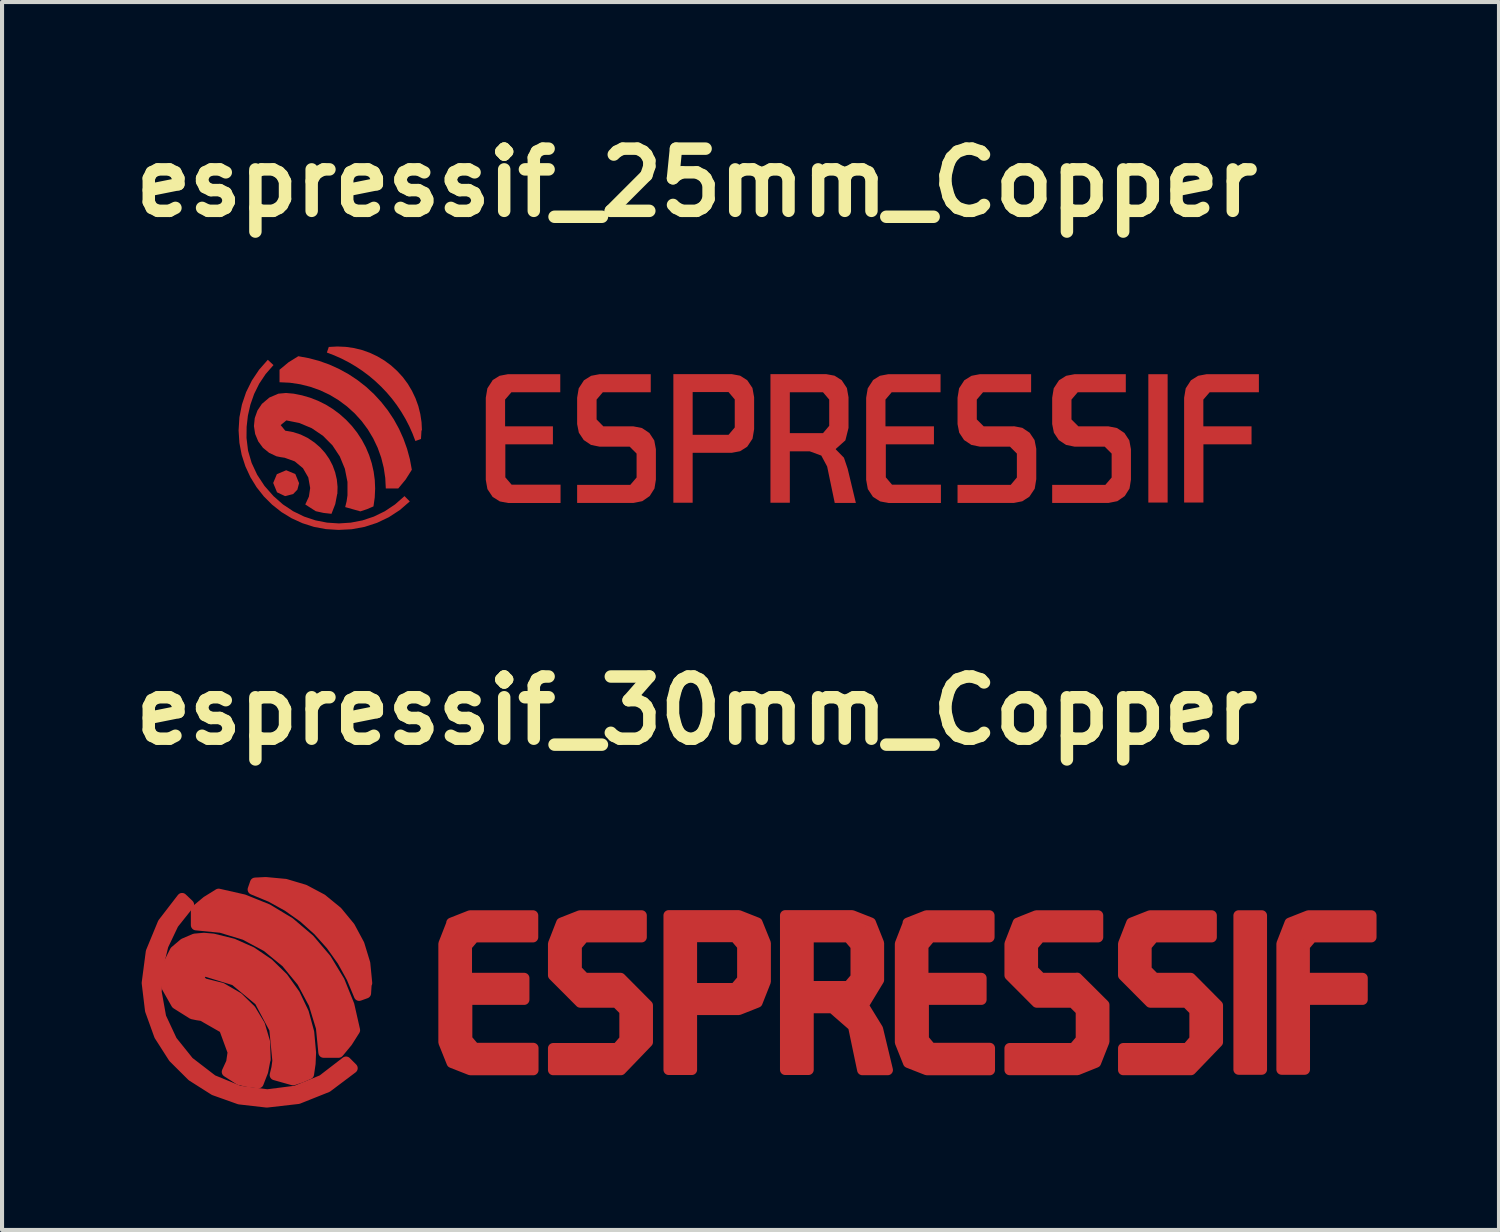
<source format=kicad_pcb>
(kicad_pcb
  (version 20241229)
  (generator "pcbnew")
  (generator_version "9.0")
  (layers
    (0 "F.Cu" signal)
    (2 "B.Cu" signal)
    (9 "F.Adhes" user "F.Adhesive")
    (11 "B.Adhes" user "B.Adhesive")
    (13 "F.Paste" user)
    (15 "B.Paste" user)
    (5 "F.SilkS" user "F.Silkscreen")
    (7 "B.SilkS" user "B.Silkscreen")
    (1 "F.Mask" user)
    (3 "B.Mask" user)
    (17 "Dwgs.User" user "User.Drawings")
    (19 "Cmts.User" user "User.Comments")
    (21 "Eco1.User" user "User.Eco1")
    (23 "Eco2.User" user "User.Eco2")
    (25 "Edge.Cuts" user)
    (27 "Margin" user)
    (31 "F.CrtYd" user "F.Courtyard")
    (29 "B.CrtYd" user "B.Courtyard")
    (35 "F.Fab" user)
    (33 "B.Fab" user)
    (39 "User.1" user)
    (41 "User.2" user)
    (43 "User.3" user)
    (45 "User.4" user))
  (footprint "espressif_25mm_Copper"
    (layer "F.Cu")
    (at 14.021 8.473)
    (property "Reference" "espressif_25mm_Copper" (at 0 -7.046 0) (layer "F.SilkS") (effects (font (size 1.524 1.524) (thickness 0.305))))
    (attr exclude_from_pos_files exclude_from_bom)
    (fp_poly (pts (xy 11.066 -2.354) (xy 11.539 -2.354) (xy 11.539 0.791) (xy 11.066 0.791) (xy 11.066 -2.354)) (stroke (width 0) (type solid)) (fill yes) (layer "F.Cu"))
    (fp_poly (pts (xy -9.743 0.316) (xy -9.784 0.474) (xy -9.888 0.583) (xy -10.086 0.633) (xy -10.283 0.54) (xy -10.377 0.311) (xy -10.287 0.095) (xy -10.059 -0.001) (xy -9.835 0.092) (xy -9.743 0.316)) (stroke (width 0) (type solid)) (fill yes) (layer "F.Cu"))
    (fp_poly (pts (xy 12.576 -1.911) (xy 13.775 -1.911) (xy 13.775 -2.354) (xy 12.491 -2.354) (xy 12.286 -2.315) (xy 12.11 -2.205) (xy 11.982 -2.008) (xy 11.943 -1.777) (xy 11.943 0.791) (xy 12.416 0.791) (xy 12.416 -0.636) (xy 13.595 -0.636) (xy 13.595 -1.077) (xy 12.414 -1.077) (xy 12.414 -1.732) (xy 12.414 -1.732) (xy 12.568 -1.911) (xy 12.576 -1.911)) (stroke (width 0) (type solid)) (fill yes) (layer "F.Cu"))
    (fp_poly (pts (xy 0.859 -2.356) (xy 0.78 -1.916) (xy 0.932 -1.736) (xy 0.932 -1.049) (xy 0.78 -0.869) (xy -0.099 -0.869) (xy -0.099 -1.916) (xy 0.78 -1.916) (xy 0.859 -2.356) (xy -0.572 -2.356) (xy -0.572 0.795) (xy -0.099 0.795) (xy -0.099 -0.428) (xy 0.859 -0.428) (xy 1.063 -0.467) (xy 1.238 -0.578) (xy 1.368 -0.774) (xy 1.407 -1.006) (xy 1.407 -1.789) (xy 1.366 -2.016) (xy 1.238 -2.207) (xy 1.063 -2.318) (xy 0.859 -2.356)) (stroke (width 0) (type solid)) (fill yes) (layer "F.Cu"))
    (fp_poly (pts (xy 4.319 -2.205) (xy 4.191 -2.008) (xy 4.152 -1.777) (xy 4.152 0.235) (xy 4.193 0.461) (xy 4.319 0.652) (xy 4.496 0.763) (xy 4.7 0.802) (xy 5.984 0.802) (xy 5.984 0.353) (xy 4.786 0.353) (xy 4.634 0.173) (xy 4.634 -0.636) (xy 5.813 -0.636) (xy 5.813 -1.077) (xy 4.625 -1.077) (xy 4.625 -1.732) (xy 4.777 -1.911) (xy 5.975 -1.911) (xy 5.975 -2.354) (xy 4.692 -2.354) (xy 4.487 -2.315) (xy 4.311 -2.205) (xy 4.319 -2.205)) (stroke (width 0) (type solid)) (fill yes) (layer "F.Cu"))
    (fp_poly (pts (xy -5.001 -2.205) (xy -5.129 -2.008) (xy -5.168 -1.777) (xy -5.168 0.235) (xy -5.128 0.461) (xy -5.001 0.652) (xy -4.825 0.763) (xy -4.62 0.802) (xy -3.336 0.802) (xy -3.336 0.353) (xy -4.535 0.353) (xy -4.689 0.173) (xy -4.689 0.173) (xy -4.689 -0.636) (xy -3.523 -0.636) (xy -3.523 -1.077) (xy -4.695 -1.077) (xy -4.695 -1.732) (xy -4.541 -1.911) (xy -3.343 -1.911) (xy -3.343 -2.354) (xy -4.627 -2.354) (xy -4.831 -2.315) (xy -5.008 -2.205) (xy -5.001 -2.205)) (stroke (width 0) (type solid)) (fill yes) (layer "F.Cu"))
    (fp_poly (pts (xy 3.408 -0.523) (xy 3.095 -0.91) (xy 2.282 -0.91) (xy 2.282 -1.911) (xy 3.095 -1.911) (xy 3.247 -1.732) (xy 3.247 -1.732) (xy 3.247 -1.09) (xy 3.247 -1.09) (xy 3.095 -0.91) (xy 3.408 -0.523) (xy 3.643 -0.733) (xy 3.72 -1.038) (xy 3.72 -1.789) (xy 3.68 -2.015) (xy 3.553 -2.207) (xy 3.377 -2.318) (xy 3.172 -2.356) (xy 1.807 -2.356) (xy 1.807 0.795) (xy 2.282 0.795) (xy 2.282 -0.465) (xy 2.768 -0.465) (xy 3.053 -0.36) (xy 3.196 -0.093) (xy 3.382 0.8) (xy 3.9 0.8) (xy 3.699 -0.037) (xy 3.608 -0.308) (xy 3.408 -0.512) (xy 3.408 -0.523)) (stroke (width 0) (type solid)) (fill yes) (layer "F.Cu"))
    (fp_poly (pts (xy 10.086 -1.077) (xy 9.352 -1.077) (xy 9.183 -1.246) (xy 9.183 -1.732) (xy 9.335 -1.911) (xy 10.514 -1.911) (xy 10.514 -2.354) (xy 9.258 -2.354) (xy 9.053 -2.315) (xy 8.877 -2.205) (xy 8.748 -2.008) (xy 8.71 -1.777) (xy 8.71 -1.132) (xy 8.752 -0.921) (xy 8.871 -0.741) (xy 9.051 -0.621) (xy 9.262 -0.578) (xy 9.998 -0.578) (xy 10.167 -0.409) (xy 10.167 0.177) (xy 10.013 0.357) (xy 8.71 0.357) (xy 8.71 0.8) (xy 10.092 0.8) (xy 10.307 0.757) (xy 10.488 0.632) (xy 10.605 0.447) (xy 10.64 0.231) (xy 10.64 -0.518) (xy 10.6 -0.732) (xy 10.48 -0.914) (xy 10.299 -1.035) (xy 10.086 -1.077)) (stroke (width 0) (type solid)) (fill yes) (layer "F.Cu"))
    (fp_poly (pts (xy -1.554 -1.077) (xy -2.288 -1.077) (xy -2.453 -1.246) (xy -2.453 -1.246) (xy -2.453 -1.732) (xy -2.453 -1.732) (xy -2.301 -1.911) (xy -1.126 -1.911) (xy -1.126 -2.354) (xy -2.382 -2.354) (xy -2.587 -2.315) (xy -2.763 -2.205) (xy -2.891 -2.008) (xy -2.93 -1.777) (xy -2.93 -1.132) (xy -2.888 -0.921) (xy -2.768 -0.741) (xy -2.589 -0.621) (xy -2.378 -0.578) (xy -1.642 -0.578) (xy -1.473 -0.409) (xy -1.473 0.177) (xy -1.627 0.357) (xy -2.93 0.357) (xy -2.93 0.8) (xy -1.548 0.8) (xy -1.333 0.757) (xy -1.152 0.632) (xy -1.035 0.447) (xy -1 0.231) (xy -1 -0.518) (xy -1.04 -0.732) (xy -1.16 -0.914) (xy -1.341 -1.035) (xy -1.554 -1.077)) (stroke (width 0) (type solid)) (fill yes) (layer "F.Cu"))
    (fp_poly (pts (xy 7.766 -1.077) (xy 7.032 -1.077) (xy 6.863 -1.246) (xy 6.863 -1.246) (xy 6.863 -1.732) (xy 6.863 -1.732) (xy 7.015 -1.911) (xy 8.194 -1.911) (xy 8.194 -2.354) (xy 6.936 -2.354) (xy 6.733 -2.315) (xy 6.557 -2.205) (xy 6.429 -2.008) (xy 6.391 -1.777) (xy 6.391 -1.132) (xy 6.432 -0.921) (xy 6.551 -0.741) (xy 6.731 -0.621) (xy 6.943 -0.578) (xy 7.676 -0.578) (xy 7.845 -0.409) (xy 7.845 0.177) (xy 7.694 0.357) (xy 6.391 0.357) (xy 6.391 0.8) (xy 7.773 0.8) (xy 7.977 0.76) (xy 8.151 0.648) (xy 8.282 0.452) (xy 8.32 0.22) (xy 8.32 -0.529) (xy 8.278 -0.741) (xy 8.158 -0.92) (xy 7.978 -1.04) (xy 7.766 -1.081) (xy 7.766 -1.077)) (stroke (width 0) (type solid)) (fill yes) (layer "F.Cu"))
    (fp_poly (pts (xy -6.732 -0.974) (xy -6.742 -1.177) (xy -6.772 -1.377) (xy -6.821 -1.574) (xy -6.89 -1.764) (xy -6.977 -1.947) (xy -7.081 -2.121) (xy -7.202 -2.284) (xy -7.339 -2.433) (xy -7.489 -2.569) (xy -7.652 -2.689) (xy -7.827 -2.793) (xy -8.01 -2.879) (xy -8.201 -2.947) (xy -8.398 -2.995) (xy -8.599 -3.024) (xy -8.801 -3.033) (xy -9.015 -3.022) (xy -9.062 -2.885) (xy -8.877 -2.814) (xy -8.696 -2.733) (xy -8.52 -2.642) (xy -8.349 -2.541) (xy -8.185 -2.431) (xy -8.026 -2.312) (xy -7.875 -2.184) (xy -7.731 -2.048) (xy -7.594 -1.904) (xy -7.466 -1.753) (xy -7.347 -1.595) (xy -7.237 -1.43) (xy -7.136 -1.259) (xy -7.045 -1.083) (xy -6.964 -0.902) (xy -6.893 -0.717) (xy -6.756 -0.767) (xy -6.743 -0.981) (xy -6.732 -0.974)) (stroke (width 0) (type solid)) (fill yes) (layer "F.Cu"))
    (fp_poly (pts (xy -6.98 -0.013) (xy -7.028 -0.273) (xy -7.097 -0.527) (xy -7.186 -0.775) (xy -7.294 -1.015) (xy -7.421 -1.246) (xy -7.567 -1.466) (xy -7.73 -1.673) (xy -7.908 -1.867) (xy -8.102 -2.046) (xy -8.309 -2.208) (xy -8.529 -2.354) (xy -8.76 -2.481) (xy -9 -2.59) (xy -9.248 -2.679) (xy -9.503 -2.747) (xy -9.762 -2.795) (xy -10.003 -2.645) (xy -10.222 -2.463) (xy -10.222 -2.157) (xy -9.967 -2.145) (xy -9.714 -2.107) (xy -9.467 -2.045) (xy -9.226 -1.959) (xy -8.995 -1.85) (xy -8.776 -1.718) (xy -8.571 -1.566) (xy -8.382 -1.395) (xy -8.21 -1.206) (xy -8.058 -1.001) (xy -7.927 -0.782) (xy -7.817 -0.551) (xy -7.731 -0.311) (xy -7.669 -0.063) (xy -7.631 0.19) (xy -7.618 0.445) (xy -7.312 0.445) (xy -7.131 0.226) (xy -6.98 -0.013)) (stroke (width 0) (type solid)) (fill yes) (layer "F.Cu"))
    (fp_poly (pts (xy -8.778 1.461) (xy -9.084 1.442) (xy -9.379 1.387) (xy -9.66 1.297) (xy -9.925 1.176) (xy -10.173 1.025) (xy -10.4 0.846) (xy -10.604 0.643) (xy -10.783 0.417) (xy -10.935 0.17) (xy -11.058 -0.095) (xy -11.149 -0.376) (xy -11.205 -0.67) (xy -11.225 -0.976) (xy -11.205 -1.298) (xy -11.143 -1.612) (xy -11.041 -1.914) (xy -10.9 -2.199) (xy -10.722 -2.465) (xy -10.509 -2.707) (xy -10.37 -2.577) (xy -10.562 -2.358) (xy -10.72 -2.121) (xy -10.844 -1.87) (xy -10.936 -1.607) (xy -10.997 -1.338) (xy -11.028 -1.065) (xy -11.031 -0.793) (xy -10.993 -0.481) (xy -10.905 -0.179) (xy -10.769 0.111) (xy -10.59 0.383) (xy -10.37 0.633) (xy -10.138 0.837) (xy -9.887 1.004) (xy -9.62 1.134) (xy -9.342 1.227) (xy -9.056 1.283) (xy -8.766 1.302) (xy -8.476 1.283) (xy -8.19 1.228) (xy -7.911 1.135) (xy -7.644 1.005) (xy -7.392 0.837) (xy -7.16 0.633) (xy -7.03 0.763) (xy -7.275 0.975) (xy -7.544 1.15) (xy -7.833 1.288) (xy -8.138 1.387) (xy -8.454 1.445) (xy -8.778 1.461)) (stroke (width 0) (type solid)) (fill yes) (layer "F.Cu"))
    (fp_poly (pts (xy -8.805 0.586) (xy -8.8 0.406) (xy -8.818 0.226) (xy -8.859 0.05) (xy -8.921 -0.119) (xy -9.004 -0.279) (xy -9.107 -0.427) (xy -9.227 -0.561) (xy -9.364 -0.679) (xy -9.526 -0.789) (xy -9.702 -0.875) (xy -9.888 -0.936) (xy -10.081 -0.97) (xy -10.194 -1.107) (xy -10.055 -1.222) (xy -9.733 -1.157) (xy -9.431 -1.03) (xy -9.159 -0.846) (xy -8.927 -0.613) (xy -8.746 -0.34) (xy -8.621 -0.037) (xy -8.557 0.285) (xy -8.557 0.614) (xy -8.578 0.759) (xy -8.613 0.902) (xy -8.241 1.007) (xy -8.078 0.953) (xy -7.92 0.885) (xy -7.889 0.667) (xy -7.879 0.447) (xy -7.888 0.238) (xy -7.916 0.032) (xy -7.962 -0.171) (xy -8.026 -0.37) (xy -8.107 -0.562) (xy -8.205 -0.746) (xy -8.319 -0.921) (xy -8.447 -1.084) (xy -8.59 -1.236) (xy -8.746 -1.375) (xy -8.913 -1.5) (xy -9.09 -1.609) (xy -9.277 -1.702) (xy -9.471 -1.778) (xy -9.671 -1.836) (xy -9.875 -1.877) (xy -10.063 -1.894) (xy -10.25 -1.877) (xy -10.471 -1.782) (xy -10.654 -1.627) (xy -10.763 -1.464) (xy -10.829 -1.279) (xy -10.849 -1.083) (xy -10.819 -0.889) (xy -10.744 -0.708) (xy -10.627 -0.55) (xy -10.475 -0.426) (xy -10.297 -0.343) (xy -10.197 -0.322) (xy -10.096 -0.307) (xy -9.849 -0.218) (xy -9.648 -0.051) (xy -9.517 0.176) (xy -9.471 0.434) (xy -9.502 0.645) (xy -9.591 0.838) (xy -9.334 1.003) (xy -9.143 1.045) (xy -8.949 1.067) (xy -8.856 0.828) (xy -8.808 0.575) (xy -8.805 0.586)) (stroke (width 0) (type solid)) (fill yes) (layer "F.Cu")))
  (footprint "espressif_30mm_Copper"
    (layer "F.Cu")
    (at 14.021 22.207)
    (property "Reference" "espressif_30mm_Copper" (at 0 -7.846 0) (layer "F.SilkS") (effects (font (size 1.524 1.524) (thickness 0.305))))
    (attr exclude_from_pos_files exclude_from_bom)
    (fp_poly (pts (xy -11.691 0.379) (xy -12.071 -0.001) (xy -11.691 0.379)) (stroke (width 0.257) (type solid)) (fill yes) (layer "F.Cu"))
    (fp_poly (pts (xy 13.279 -2.825) (xy 13.846 -2.825) (xy 13.846 0.949) (xy 13.279 0.949) (xy 13.279 -2.825)) (stroke (width 0.257) (type solid)) (fill yes) (layer "F.Cu"))
    (fp_poly (pts (xy 15.092 -2.294) (xy 16.529 -2.294) (xy 16.529 -2.825) (xy 14.989 -2.825) (xy 14.532 -2.645) (xy 14.332 -2.132) (xy 14.332 0.949) (xy 14.899 0.949) (xy 14.899 -0.763) (xy 16.314 -0.763) (xy 16.314 -1.292) (xy 14.896 -1.292) (xy 14.896 -2.078) (xy 14.896 -2.078) (xy 15.081 -2.294) (xy 15.092 -2.294)) (stroke (width 0.257) (type solid)) (fill yes) (layer "F.Cu"))
    (fp_poly (pts (xy -6.001 -2.645) (xy -6.202 -2.132) (xy -6.202 0.282) (xy -6.001 0.783) (xy -5.544 0.962) (xy -4.004 0.962) (xy -4.004 0.423) (xy -5.442 0.423) (xy -5.442 0.423) (xy -5.626 0.207) (xy -5.626 -0.763) (xy -4.227 -0.763) (xy -4.227 -1.292) (xy -5.634 -1.292) (xy -5.634 -2.078) (xy -5.449 -2.294) (xy -4.011 -2.294) (xy -4.011 -2.825) (xy -5.552 -2.825) (xy -6.009 -2.645) (xy -6.001 -2.645)) (stroke (width 0.257) (type solid)) (fill yes) (layer "F.Cu"))
    (fp_poly (pts (xy 1.031 -2.828) (xy 0.936 -2.299) (xy 1.119 -2.083) (xy 1.119 -1.259) (xy 0.936 -1.043) (xy -0.119 -1.043) (xy -0.119 -2.299) (xy 0.936 -2.299) (xy 1.031 -2.828) (xy -0.686 -2.828) (xy -0.686 0.955) (xy -0.119 0.955) (xy -0.119 -0.514) (xy 1.031 -0.514) (xy 1.486 -0.694) (xy 1.689 -1.207) (xy 1.689 -1.207) (xy 1.689 -2.147) (xy 1.689 -2.147) (xy 1.486 -2.648) (xy 1.031 -2.828)) (stroke (width 0.257) (type solid)) (fill yes) (layer "F.Cu"))
    (fp_poly (pts (xy -8.079 -1.169) (xy -8.126 -1.652) (xy -8.268 -2.117) (xy -8.498 -2.545) (xy -8.807 -2.92) (xy -9.183 -3.227) (xy -9.612 -3.455) (xy -10.078 -3.594) (xy -10.561 -3.639) (xy -10.818 -3.626) (xy -10.875 -3.462) (xy -10.435 -3.28) (xy -10.019 -3.05) (xy -9.631 -2.775) (xy -9.277 -2.458) (xy -8.96 -2.103) (xy -8.684 -1.716) (xy -8.454 -1.3) (xy -8.271 -0.861) (xy -8.107 -0.92) (xy -8.091 -1.177) (xy -8.079 -1.169)) (stroke (width 0.257) (type solid)) (fill yes) (layer "F.Cu"))
    (fp_poly (pts (xy 5.183 -2.645) (xy 4.983 -2.132) (xy 4.983 -2.132) (xy 4.983 0.282) (xy 4.983 0.282) (xy 5.183 0.783) (xy 5.64 0.962) (xy 7.181 0.962) (xy 7.181 0.423) (xy 5.743 0.423) (xy 5.561 0.207) (xy 5.561 -0.763) (xy 6.975 -0.763) (xy 6.975 -1.292) (xy 5.55 -1.292) (xy 5.55 -2.078) (xy 5.733 -2.294) (xy 7.17 -2.294) (xy 7.17 -2.825) (xy 5.63 -2.825) (xy 5.173 -2.645) (xy 5.183 -2.645)) (stroke (width 0.257) (type solid)) (fill yes) (layer "F.Cu"))
    (fp_poly (pts (xy -8.376 -0.016) (xy -8.516 -0.632) (xy -8.753 -1.219) (xy -9.08 -1.759) (xy -9.49 -2.241) (xy -9.971 -2.65) (xy -10.512 -2.978) (xy -11.098 -3.214) (xy -11.714 -3.354) (xy -12.004 -3.174) (xy -12.266 -2.956) (xy -12.266 -2.589) (xy -11.657 -2.529) (xy -11.072 -2.351) (xy -10.532 -2.062) (xy -10.058 -1.674) (xy -9.67 -1.201) (xy -9.381 -0.661) (xy -9.202 -0.076) (xy -9.142 0.533) (xy -8.774 0.533) (xy -8.558 0.272) (xy -8.376 -0.016)) (stroke (width 0.257) (type solid)) (fill yes) (layer "F.Cu"))
    (fp_poly (pts (xy 4.089 -0.627) (xy 3.714 -1.092) (xy 2.739 -1.092) (xy 2.739 -2.294) (xy 3.714 -2.294) (xy 3.897 -2.078) (xy 3.897 -1.308) (xy 3.714 -1.092) (xy 4.089 -0.627) (xy 4.464 -1.246) (xy 4.464 -1.246) (xy 4.464 -2.147) (xy 4.464 -2.147) (xy 4.264 -2.648) (xy 3.807 -2.828) (xy 2.169 -2.828) (xy 2.169 0.955) (xy 2.739 0.955) (xy 2.739 -0.558) (xy 3.322 -0.558) (xy 3.835 -0.111) (xy 4.059 0.96) (xy 4.68 0.96) (xy 4.439 -0.044) (xy 4.089 -0.614) (xy 4.089 -0.627)) (stroke (width 0.257) (type solid)) (fill yes) (layer "F.Cu"))
    (fp_poly (pts (xy -1.865 -1.292) (xy -2.746 -1.292) (xy -2.746 -1.292) (xy -2.943 -1.495) (xy -2.943 -2.078) (xy -2.761 -2.294) (xy -1.351 -2.294) (xy -1.351 -2.825) (xy -2.859 -2.825) (xy -3.316 -2.645) (xy -3.516 -2.132) (xy -3.516 -1.359) (xy -2.853 -0.694) (xy -1.97 -0.694) (xy -1.767 -0.491) (xy -1.767 0.212) (xy -1.767 0.212) (xy -1.952 0.428) (xy -3.516 0.428) (xy -3.516 0.96) (xy -1.857 0.96) (xy -1.2 0.277) (xy -1.2 0.277) (xy -1.2 -0.622) (xy -1.2 -0.622) (xy -1.865 -1.292) (xy -1.865 -1.292)) (stroke (width 0.257) (type solid)) (fill yes) (layer "F.Cu"))
    (fp_poly (pts (xy 12.103 -1.292) (xy 11.222 -1.292) (xy 11.222 -1.292) (xy 11.019 -1.495) (xy 11.019 -1.495) (xy 11.019 -2.078) (xy 11.019 -2.078) (xy 11.202 -2.294) (xy 12.616 -2.294) (xy 12.616 -2.825) (xy 11.109 -2.825) (xy 10.652 -2.645) (xy 10.452 -2.132) (xy 10.452 -1.359) (xy 11.114 -0.694) (xy 11.998 -0.694) (xy 12.2 -0.491) (xy 12.2 0.212) (xy 12.2 0.212) (xy 12.016 0.428) (xy 12.016 0.428) (xy 10.452 0.428) (xy 10.452 0.96) (xy 12.111 0.96) (xy 12.768 0.277) (xy 12.768 -0.622) (xy 12.103 -1.292) (xy 12.103 -1.292)) (stroke (width 0.257) (type solid)) (fill yes) (layer "F.Cu"))
    (fp_poly (pts (xy -10.533 1.753) (xy -11.205 1.676) (xy -11.822 1.456) (xy -12.366 1.111) (xy -12.821 0.659) (xy -13.168 0.116) (xy -13.39 -0.5) (xy -13.471 -1.172) (xy -13.371 -1.934) (xy -13.08 -2.639) (xy -12.61 -3.249) (xy -12.444 -3.092) (xy -12.821 -2.618) (xy -13.073 -2.088) (xy -13.209 -1.524) (xy -13.238 -0.951) (xy -13.127 -0.334) (xy -12.857 0.244) (xy -12.444 0.759) (xy -11.864 1.205) (xy -11.21 1.473) (xy -10.52 1.562) (xy -9.827 1.473) (xy -9.173 1.206) (xy -8.592 0.759) (xy -8.435 0.916) (xy -9.053 1.381) (xy -9.765 1.665) (xy -10.533 1.753)) (stroke (width 0.257) (type solid)) (fill yes) (layer "F.Cu"))
    (fp_poly (pts (xy 9.32 -1.292) (xy 8.439 -1.292) (xy 8.439 -1.292) (xy 8.236 -1.495) (xy 8.236 -2.078) (xy 8.418 -2.294) (xy 9.833 -2.294) (xy 9.833 -2.825) (xy 8.323 -2.825) (xy 8.323 -2.825) (xy 7.869 -2.645) (xy 7.669 -2.132) (xy 7.669 -1.359) (xy 8.331 -0.694) (xy 8.331 -0.694) (xy 9.212 -0.694) (xy 9.415 -0.491) (xy 9.415 0.212) (xy 9.415 0.212) (xy 9.232 0.428) (xy 7.669 0.428) (xy 7.669 0.96) (xy 9.327 0.96) (xy 9.782 0.777) (xy 9.985 0.264) (xy 9.985 0.264) (xy 9.985 -0.635) (xy 9.32 -1.297) (xy 9.32 -1.292)) (stroke (width 0.257) (type solid)) (fill yes) (layer "F.Cu"))
    (fp_poly (pts (xy -10.567 0.703) (xy -10.582 0.271) (xy -10.705 -0.143) (xy -10.928 -0.513) (xy -11.237 -0.815) (xy -11.642 -1.05) (xy -12.097 -1.164) (xy -12.233 -1.328) (xy -12.066 -1.467) (xy -11.317 -1.236) (xy -10.713 -0.736) (xy -10.345 -0.044) (xy -10.269 0.736) (xy -10.293 0.911) (xy -10.335 1.083) (xy -9.889 1.209) (xy -9.693 1.144) (xy -9.504 1.062) (xy -9.466 0.8) (xy -9.455 0.536) (xy -9.5 0.038) (xy -9.631 -0.444) (xy -9.846 -0.895) (xy -10.137 -1.301) (xy -10.495 -1.65) (xy -10.908 -1.93) (xy -11.365 -2.133) (xy -11.85 -2.253) (xy -12.075 -2.273) (xy -12.3 -2.253) (xy -12.565 -2.139) (xy -12.785 -1.952) (xy -12.995 -1.534) (xy -12.983 -1.067) (xy -12.752 -0.66) (xy -12.356 -0.411) (xy -12.236 -0.386) (xy -12.115 -0.368) (xy -11.578 -0.061) (xy -11.365 0.521) (xy -11.402 0.774) (xy -11.509 1.006) (xy -11.201 1.204) (xy -10.972 1.254) (xy -10.739 1.281) (xy -10.627 0.993) (xy -10.569 0.69) (xy -10.567 0.703)) (stroke (width 0.257) (type solid)) (fill yes) (layer "F.Cu")))
  (gr_rect
    (start -3 -3)
    (end 33.679 27.088)
    (stroke (width 0.1) (type default))
    (fill no)
    (layer "Edge.Cuts")))
</source>
